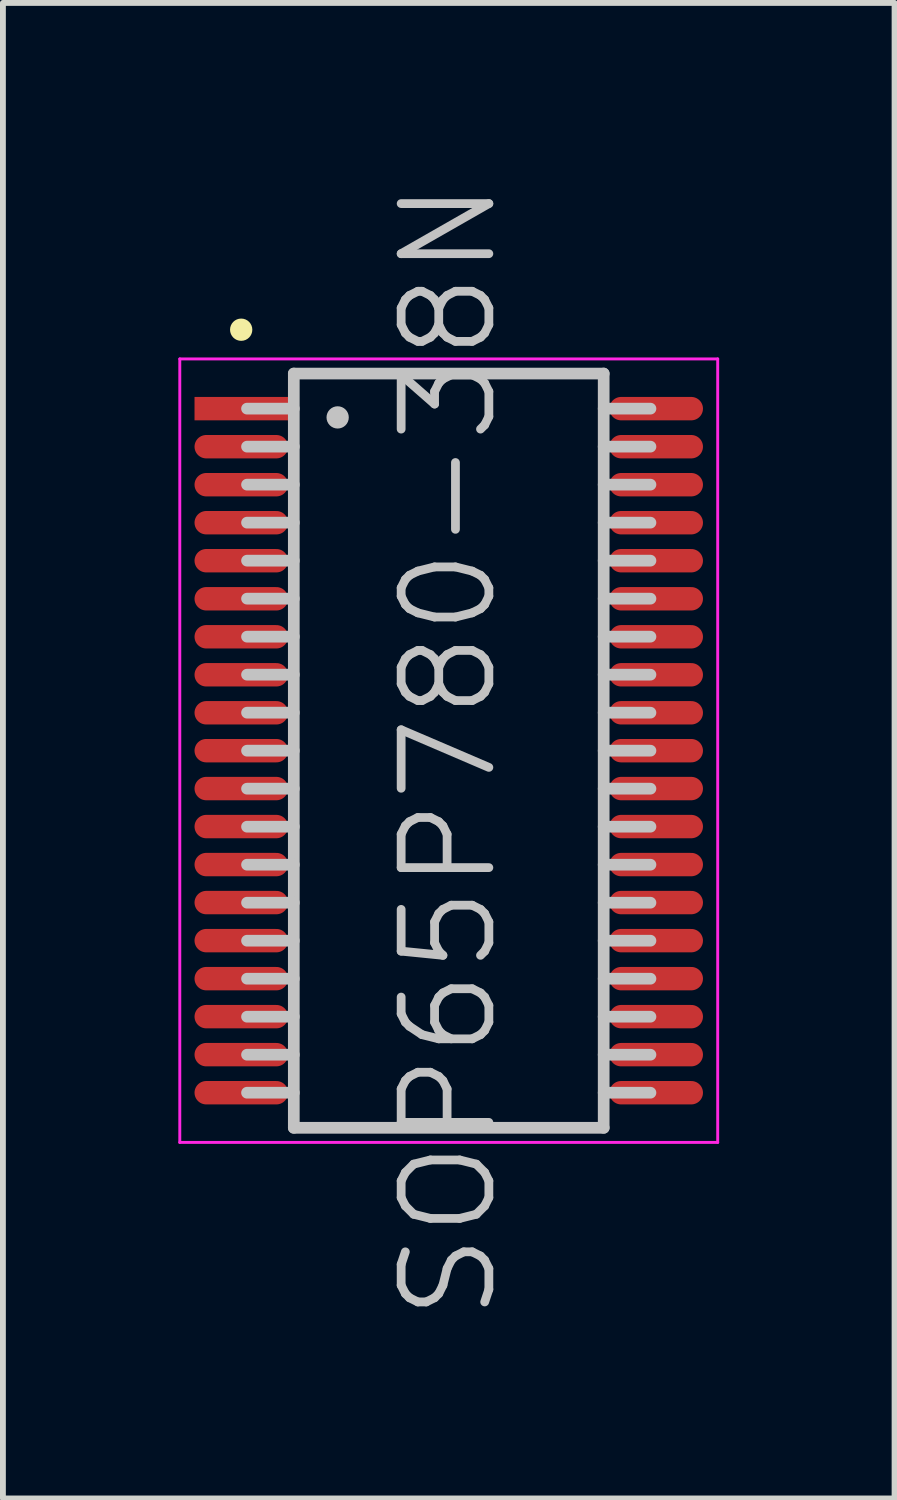
<source format=kicad_pcb>
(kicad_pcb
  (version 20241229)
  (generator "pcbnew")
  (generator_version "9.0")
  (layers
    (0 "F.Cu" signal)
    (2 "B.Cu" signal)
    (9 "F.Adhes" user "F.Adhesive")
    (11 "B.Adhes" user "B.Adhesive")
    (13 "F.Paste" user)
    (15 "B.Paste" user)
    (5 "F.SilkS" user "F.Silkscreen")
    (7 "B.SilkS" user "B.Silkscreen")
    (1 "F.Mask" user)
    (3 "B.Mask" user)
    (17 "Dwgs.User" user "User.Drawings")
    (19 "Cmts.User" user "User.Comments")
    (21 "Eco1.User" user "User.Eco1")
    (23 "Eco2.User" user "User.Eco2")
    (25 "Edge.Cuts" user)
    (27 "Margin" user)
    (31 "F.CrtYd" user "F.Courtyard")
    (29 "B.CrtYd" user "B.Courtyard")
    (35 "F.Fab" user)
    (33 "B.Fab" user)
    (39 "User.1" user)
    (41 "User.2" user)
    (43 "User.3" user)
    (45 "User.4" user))
  (footprint "SOP65P780-38N"
    (layer "F.Cu")
    (at 4.625 9.789)
    (property "Reference" "SOP65P780-38N" (at 0 0 90) (layer "Dwgs.User") (effects (font (size 1.5 1.5) (thickness 0.15))))
    (attr smd)
    (fp_line (start -3.55 -7.2) (end -3.55 -7.2) (stroke (width 0.381) (type solid)) (layer "F.SilkS"))
    (fp_line (start -2.65 -6.45) (end -2.65 6.45) (stroke (width 0.2) (type solid)) (layer "Dwgs.User"))
    (fp_line (start -2.65 -6.45) (end 2.65 -6.45) (stroke (width 0.2) (type solid)) (layer "Dwgs.User"))
    (fp_line (start -2.65 -5.85) (end -3.45 -5.85) (stroke (width 0.2) (type solid)) (layer "Dwgs.User"))
    (fp_line (start -2.65 -5.2) (end -3.45 -5.2) (stroke (width 0.2) (type solid)) (layer "Dwgs.User"))
    (fp_line (start -2.65 -4.55) (end -3.45 -4.55) (stroke (width 0.2) (type solid)) (layer "Dwgs.User"))
    (fp_line (start -2.65 -3.9) (end -3.45 -3.9) (stroke (width 0.2) (type solid)) (layer "Dwgs.User"))
    (fp_line (start -2.65 -3.25) (end -3.45 -3.25) (stroke (width 0.2) (type solid)) (layer "Dwgs.User"))
    (fp_line (start -2.65 -2.6) (end -3.45 -2.6) (stroke (width 0.2) (type solid)) (layer "Dwgs.User"))
    (fp_line (start -2.65 -1.95) (end -3.45 -1.95) (stroke (width 0.2) (type solid)) (layer "Dwgs.User"))
    (fp_line (start -2.65 -1.3) (end -3.45 -1.3) (stroke (width 0.2) (type solid)) (layer "Dwgs.User"))
    (fp_line (start -2.65 -0.65) (end -3.45 -0.65) (stroke (width 0.2) (type solid)) (layer "Dwgs.User"))
    (fp_line (start -2.65 0) (end -3.45 0) (stroke (width 0.2) (type solid)) (layer "Dwgs.User"))
    (fp_line (start -2.65 0.65) (end -3.45 0.65) (stroke (width 0.2) (type solid)) (layer "Dwgs.User"))
    (fp_line (start -2.65 1.3) (end -3.45 1.3) (stroke (width 0.2) (type solid)) (layer "Dwgs.User"))
    (fp_line (start -2.65 1.95) (end -3.45 1.95) (stroke (width 0.2) (type solid)) (layer "Dwgs.User"))
    (fp_line (start -2.65 2.6) (end -3.45 2.6) (stroke (width 0.2) (type solid)) (layer "Dwgs.User"))
    (fp_line (start -2.65 3.25) (end -3.45 3.25) (stroke (width 0.2) (type solid)) (layer "Dwgs.User"))
    (fp_line (start -2.65 3.9) (end -3.45 3.9) (stroke (width 0.2) (type solid)) (layer "Dwgs.User"))
    (fp_line (start -2.65 4.55) (end -3.45 4.55) (stroke (width 0.2) (type solid)) (layer "Dwgs.User"))
    (fp_line (start -2.65 5.2) (end -3.45 5.2) (stroke (width 0.2) (type solid)) (layer "Dwgs.User"))
    (fp_line (start -2.65 5.85) (end -3.45 5.85) (stroke (width 0.2) (type solid)) (layer "Dwgs.User"))
    (fp_line (start -2.65 6.45) (end 2.65 6.45) (stroke (width 0.2) (type solid)) (layer "Dwgs.User"))
    (fp_line (start -1.9 -5.7) (end -1.9 -5.7) (stroke (width 0.381) (type solid)) (layer "Dwgs.User"))
    (fp_line (start 2.65 -6.45) (end 2.65 6.45) (stroke (width 0.2) (type solid)) (layer "Dwgs.User"))
    (fp_line (start 3.45 -5.85) (end 2.65 -5.85) (stroke (width 0.2) (type solid)) (layer "Dwgs.User"))
    (fp_line (start 3.45 -5.2) (end 2.65 -5.2) (stroke (width 0.2) (type solid)) (layer "Dwgs.User"))
    (fp_line (start 3.45 -4.55) (end 2.65 -4.55) (stroke (width 0.2) (type solid)) (layer "Dwgs.User"))
    (fp_line (start 3.45 -3.9) (end 2.65 -3.9) (stroke (width 0.2) (type solid)) (layer "Dwgs.User"))
    (fp_line (start 3.45 -3.25) (end 2.65 -3.25) (stroke (width 0.2) (type solid)) (layer "Dwgs.User"))
    (fp_line (start 3.45 -2.6) (end 2.65 -2.6) (stroke (width 0.2) (type solid)) (layer "Dwgs.User"))
    (fp_line (start 3.45 -1.95) (end 2.65 -1.95) (stroke (width 0.2) (type solid)) (layer "Dwgs.User"))
    (fp_line (start 3.45 -1.3) (end 2.65 -1.3) (stroke (width 0.2) (type solid)) (layer "Dwgs.User"))
    (fp_line (start 3.45 -0.65) (end 2.65 -0.65) (stroke (width 0.2) (type solid)) (layer "Dwgs.User"))
    (fp_line (start 3.45 0) (end 2.65 0) (stroke (width 0.2) (type solid)) (layer "Dwgs.User"))
    (fp_line (start 3.45 0.65) (end 2.65 0.65) (stroke (width 0.2) (type solid)) (layer "Dwgs.User"))
    (fp_line (start 3.45 1.3) (end 2.65 1.3) (stroke (width 0.2) (type solid)) (layer "Dwgs.User"))
    (fp_line (start 3.45 1.95) (end 2.65 1.95) (stroke (width 0.2) (type solid)) (layer "Dwgs.User"))
    (fp_line (start 3.45 2.6) (end 2.65 2.6) (stroke (width 0.2) (type solid)) (layer "Dwgs.User"))
    (fp_line (start 3.45 3.25) (end 2.65 3.25) (stroke (width 0.2) (type solid)) (layer "Dwgs.User"))
    (fp_line (start 3.45 3.9) (end 2.65 3.9) (stroke (width 0.2) (type solid)) (layer "Dwgs.User"))
    (fp_line (start 3.45 4.55) (end 2.65 4.55) (stroke (width 0.2) (type solid)) (layer "Dwgs.User"))
    (fp_line (start 3.45 5.2) (end 2.65 5.2) (stroke (width 0.2) (type solid)) (layer "Dwgs.User"))
    (fp_line (start 3.45 5.85) (end 2.65 5.85) (stroke (width 0.2) (type solid)) (layer "Dwgs.User"))
    (fp_line (start -4.6 -6.7) (end -4.6 6.7) (stroke (width 0.05) (type solid)) (layer "F.CrtYd"))
    (fp_line (start -4.6 -6.7) (end 4.6 -6.7) (stroke (width 0.05) (type solid)) (layer "F.CrtYd"))
    (fp_line (start -4.6 6.7) (end 4.6 6.7) (stroke (width 0.05) (type solid)) (layer "F.CrtYd"))
    (fp_line (start 4.6 -6.7) (end 4.6 6.7) (stroke (width 0.05) (type solid)) (layer "F.CrtYd"))
    (pad "1" smd rect (at -3.548 -5.85 90) (size 0.4 1.6) (layers "F.Cu" "F.Mask" "F.Paste"))
    (pad "2" smd oval (at -3.548 -5.199 90) (size 0.4 1.6) (layers "F.Cu" "F.Mask" "F.Paste"))
    (pad "3" smd oval (at -3.548 -4.549 90) (size 0.4 1.6) (layers "F.Cu" "F.Mask" "F.Paste"))
    (pad "4" smd oval (at -3.548 -3.899 90) (size 0.4 1.6) (layers "F.Cu" "F.Mask" "F.Paste"))
    (pad "5" smd oval (at -3.548 -3.249 90) (size 0.4 1.6) (layers "F.Cu" "F.Mask" "F.Paste"))
    (pad "6" smd oval (at -3.548 -2.598 90) (size 0.4 1.6) (layers "F.Cu" "F.Mask" "F.Paste"))
    (pad "7" smd oval (at -3.548 -1.948 90) (size 0.4 1.6) (layers "F.Cu" "F.Mask" "F.Paste"))
    (pad "8" smd oval (at -3.548 -1.298 90) (size 0.4 1.6) (layers "F.Cu" "F.Mask" "F.Paste"))
    (pad "9" smd oval (at -3.548 -0.648 90) (size 0.4 1.6) (layers "F.Cu" "F.Mask" "F.Paste"))
    (pad "10" smd oval (at -3.548 0 90) (size 0.4 1.6) (layers "F.Cu" "F.Mask" "F.Paste"))
    (pad "11" smd oval (at -3.548 0.648 90) (size 0.4 1.6) (layers "F.Cu" "F.Mask" "F.Paste"))
    (pad "12" smd oval (at -3.548 1.298 90) (size 0.4 1.6) (layers "F.Cu" "F.Mask" "F.Paste"))
    (pad "13" smd oval (at -3.548 1.948 90) (size 0.4 1.6) (layers "F.Cu" "F.Mask" "F.Paste"))
    (pad "14" smd oval (at -3.548 2.598 90) (size 0.4 1.6) (layers "F.Cu" "F.Mask" "F.Paste"))
    (pad "15" smd oval (at -3.548 3.249 90) (size 0.4 1.6) (layers "F.Cu" "F.Mask" "F.Paste"))
    (pad "16" smd oval (at -3.548 3.899 90) (size 0.4 1.6) (layers "F.Cu" "F.Mask" "F.Paste"))
    (pad "17" smd oval (at -3.548 4.549 90) (size 0.4 1.6) (layers "F.Cu" "F.Mask" "F.Paste"))
    (pad "18" smd oval (at -3.548 5.199 90) (size 0.4 1.6) (layers "F.Cu" "F.Mask" "F.Paste"))
    (pad "19" smd oval (at -3.548 5.85 90) (size 0.4 1.6) (layers "F.Cu" "F.Mask" "F.Paste"))
    (pad "20" smd oval (at 3.548 5.85 270) (size 0.4 1.6) (layers "F.Cu" "F.Mask" "F.Paste"))
    (pad "21" smd oval (at 3.548 5.199 270) (size 0.4 1.6) (layers "F.Cu" "F.Mask" "F.Paste"))
    (pad "22" smd oval (at 3.548 4.549 270) (size 0.4 1.6) (layers "F.Cu" "F.Mask" "F.Paste"))
    (pad "23" smd oval (at 3.548 3.899 270) (size 0.4 1.6) (layers "F.Cu" "F.Mask" "F.Paste"))
    (pad "24" smd oval (at 3.548 3.249 270) (size 0.4 1.6) (layers "F.Cu" "F.Mask" "F.Paste"))
    (pad "25" smd oval (at 3.548 2.598 270) (size 0.4 1.6) (layers "F.Cu" "F.Mask" "F.Paste"))
    (pad "26" smd oval (at 3.548 1.948 270) (size 0.4 1.6) (layers "F.Cu" "F.Mask" "F.Paste"))
    (pad "27" smd oval (at 3.548 1.298 270) (size 0.4 1.6) (layers "F.Cu" "F.Mask" "F.Paste"))
    (pad "28" smd oval (at 3.548 0.648 270) (size 0.4 1.6) (layers "F.Cu" "F.Mask" "F.Paste"))
    (pad "29" smd oval (at 3.548 0 270) (size 0.4 1.6) (layers "F.Cu" "F.Mask" "F.Paste"))
    (pad "30" smd oval (at 3.548 -0.648 270) (size 0.4 1.6) (layers "F.Cu" "F.Mask" "F.Paste"))
    (pad "31" smd oval (at 3.548 -1.298 270) (size 0.4 1.6) (layers "F.Cu" "F.Mask" "F.Paste"))
    (pad "32" smd oval (at 3.548 -1.948 270) (size 0.4 1.6) (layers "F.Cu" "F.Mask" "F.Paste"))
    (pad "33" smd oval (at 3.548 -2.598 270) (size 0.4 1.6) (layers "F.Cu" "F.Mask" "F.Paste"))
    (pad "34" smd oval (at 3.548 -3.249 270) (size 0.4 1.6) (layers "F.Cu" "F.Mask" "F.Paste"))
    (pad "35" smd oval (at 3.548 -3.899 270) (size 0.4 1.6) (layers "F.Cu" "F.Mask" "F.Paste"))
    (pad "36" smd oval (at 3.548 -4.549 270) (size 0.4 1.6) (layers "F.Cu" "F.Mask" "F.Paste"))
    (pad "37" smd oval (at 3.548 -5.199 270) (size 0.4 1.6) (layers "F.Cu" "F.Mask" "F.Paste"))
    (pad "38" smd oval (at 3.548 -5.85 270) (size 0.4 1.6) (layers "F.Cu" "F.Mask" "F.Paste")))
  (gr_rect
    (start -3 -3)
    (end 12.25 22.579)
    (stroke (width 0.1) (type default))
    (fill no)
    (layer "Edge.Cuts")))
</source>
